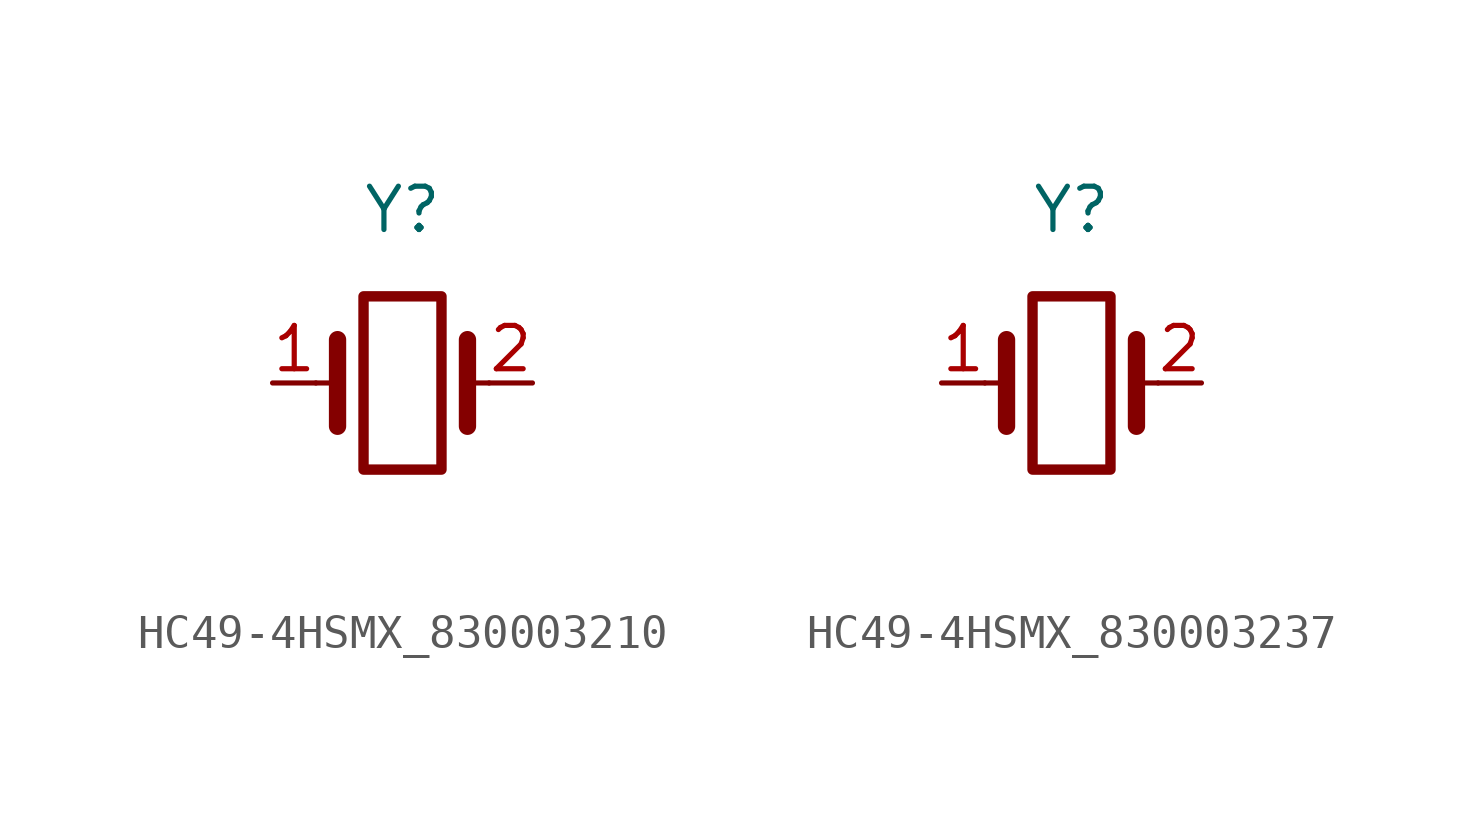
<source format=kicad_sym>
(kicad_symbol_lib
  (version 20220914)
  (generator kicad_symbol_editor)
  (symbol "HC49-4HSMX_830003210"
    (pin_names hide)
    (property "Reference" "Y"
      (at 0 5.08 0)
      (effects (font (size 1.27 1.27))))
    (property "Critical Parameter" ""
      (at 0 -5.08 0)
      (effects (font (size 1.27 1.27)) (justify left)))
    (symbol "HC49-4HSMX_830003210_0_1"
      (rectangle (start -1.143 2.54) (end 1.143 -2.54) (stroke (width 0.305) (type default)) (fill (type none)))
      (polyline (pts (xy -2.54 0) (xy -1.905 0)) (stroke (width 0) (type default)) (fill (type none)))
      (polyline (pts (xy -1.905 -1.27) (xy -1.905 1.27)) (stroke (width 0.508) (type default)) (fill (type none)))
      (polyline (pts (xy 1.905 -1.27) (xy 1.905 1.27)) (stroke (width 0.508) (type default)) (fill (type none)))
      (polyline (pts (xy 2.54 0) (xy 1.905 0)) (stroke (width 0) (type default)) (fill (type none))))
    (symbol "HC49-4HSMX_830003210_1_1"
      (pin passive line (at -3.81 0 0) (length 1.27) (name "1" (effects (font (size 1.27 1.27)))) (number "1" (effects (font (size 1.27 1.27)))))
      (pin passive line (at 3.81 0 180) (length 1.27) (name "2" (effects (font (size 1.27 1.27)))) (number "2" (effects (font (size 1.27 1.27)))))))
  (symbol "HC49-4HSMX_830003237"
    (pin_names hide)
    (property "Reference" "Y"
      (at 0 5.08 0)
      (effects (font (size 1.27 1.27))))
    (property "Critical Parameter" ""
      (at 0 -5.08 0)
      (effects (font (size 1.27 1.27)) (justify left)))
    (symbol "HC49-4HSMX_830003237_0_1"
      (rectangle (start -1.143 2.54) (end 1.143 -2.54) (stroke (width 0.305) (type default)) (fill (type none)))
      (polyline (pts (xy -2.54 0) (xy -1.905 0)) (stroke (width 0) (type default)) (fill (type none)))
      (polyline (pts (xy -1.905 -1.27) (xy -1.905 1.27)) (stroke (width 0.508) (type default)) (fill (type none)))
      (polyline (pts (xy 1.905 -1.27) (xy 1.905 1.27)) (stroke (width 0.508) (type default)) (fill (type none)))
      (polyline (pts (xy 2.54 0) (xy 1.905 0)) (stroke (width 0) (type default)) (fill (type none))))
    (symbol "HC49-4HSMX_830003237_1_1"
      (pin passive line (at -3.81 0 0) (length 1.27) (name "1" (effects (font (size 1.27 1.27)))) (number "1" (effects (font (size 1.27 1.27)))))
      (pin passive line (at 3.81 0 180) (length 1.27) (name "2" (effects (font (size 1.27 1.27)))) (number "2" (effects (font (size 1.27 1.27))))))))
</source>
